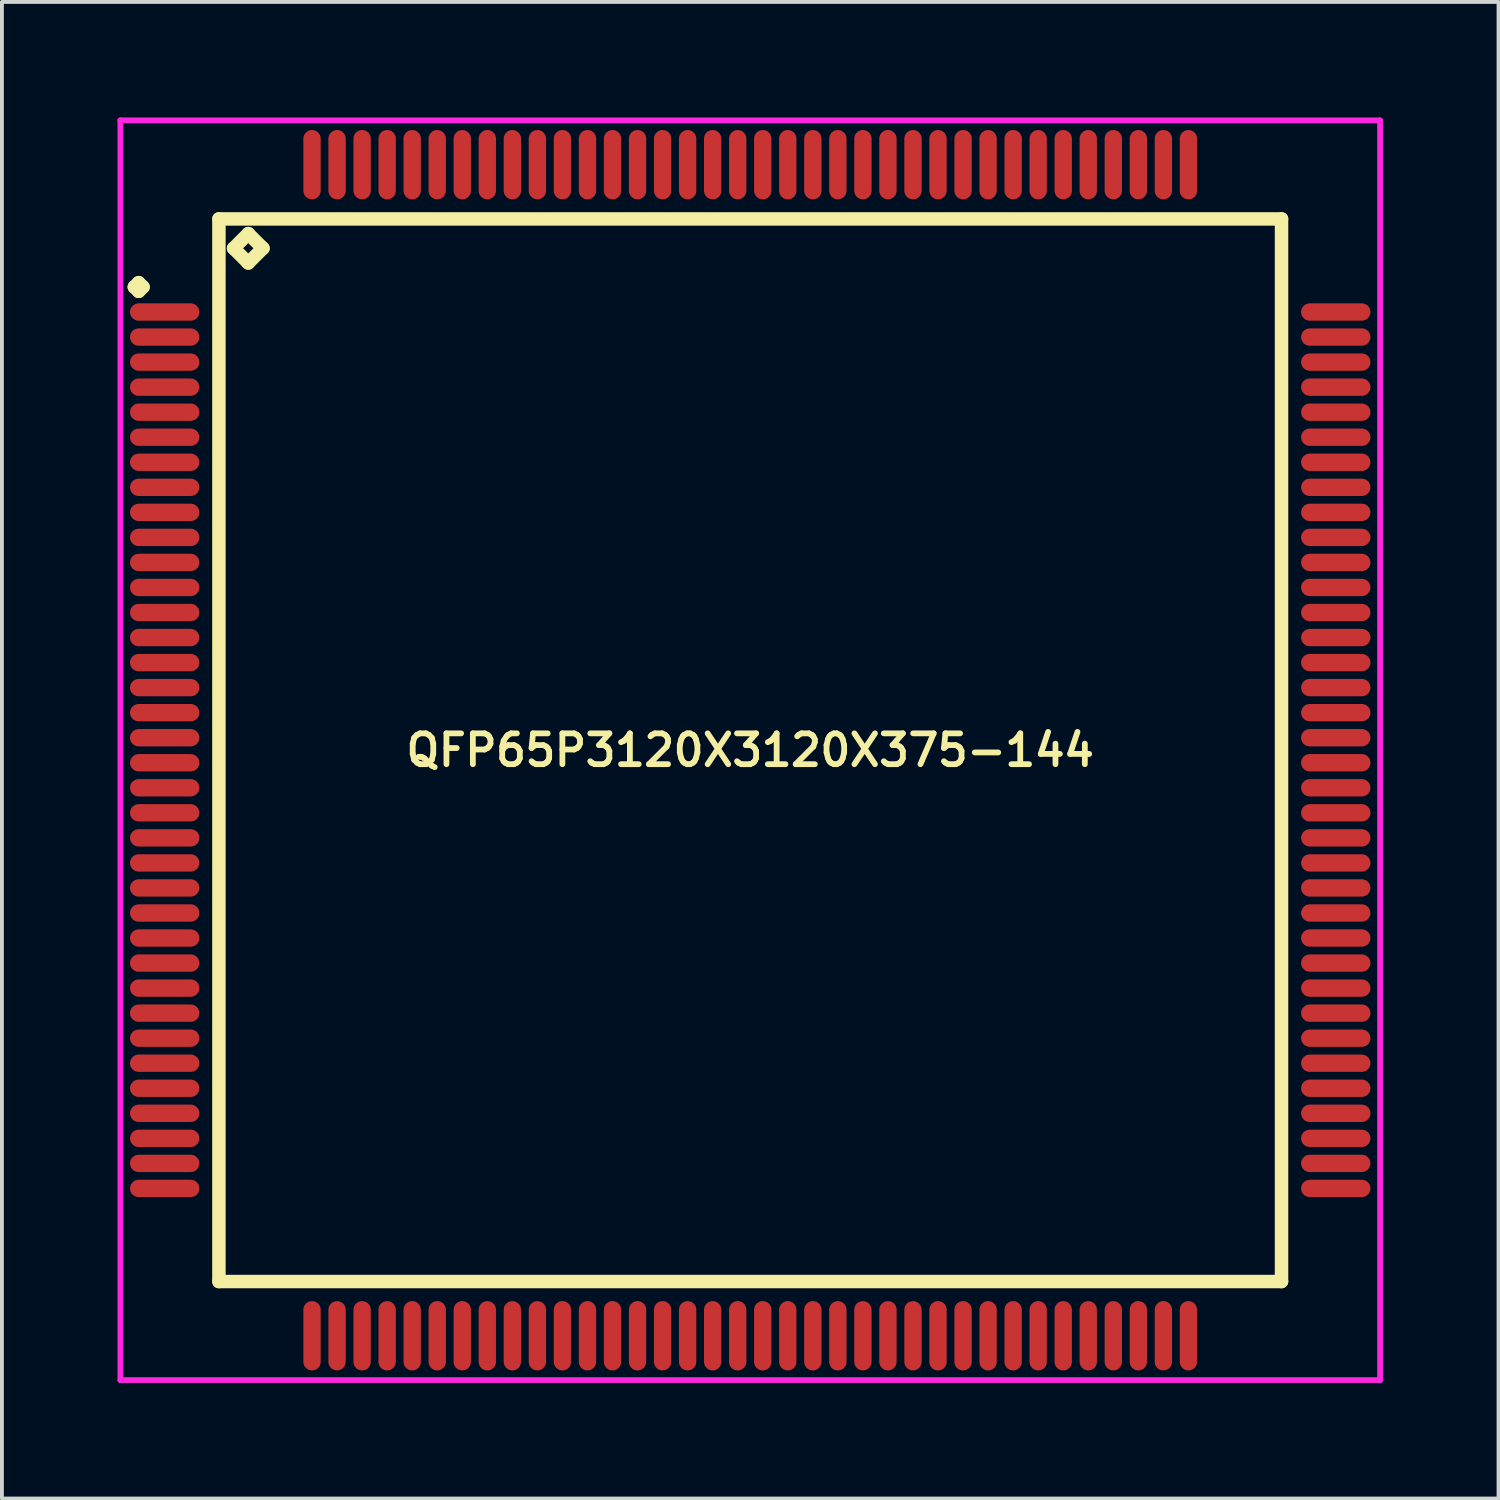
<source format=kicad_pcb>
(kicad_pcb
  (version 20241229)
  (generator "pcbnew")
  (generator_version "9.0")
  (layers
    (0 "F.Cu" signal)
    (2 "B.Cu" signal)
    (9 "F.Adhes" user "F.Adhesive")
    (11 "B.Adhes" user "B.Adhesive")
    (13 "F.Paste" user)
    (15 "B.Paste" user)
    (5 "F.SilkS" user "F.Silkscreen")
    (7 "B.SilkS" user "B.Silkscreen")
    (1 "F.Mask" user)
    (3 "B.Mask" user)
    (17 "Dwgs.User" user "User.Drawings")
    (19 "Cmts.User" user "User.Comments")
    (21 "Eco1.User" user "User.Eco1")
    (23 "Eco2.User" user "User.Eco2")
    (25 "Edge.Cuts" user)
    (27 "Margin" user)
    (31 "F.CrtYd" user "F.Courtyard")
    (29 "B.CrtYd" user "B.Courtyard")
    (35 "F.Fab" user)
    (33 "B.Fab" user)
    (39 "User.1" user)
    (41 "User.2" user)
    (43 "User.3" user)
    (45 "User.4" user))
  (footprint "QFP65P3120X3120X375-144"
    (layer "F.Cu")
    (at 16.425 16.425)
    (property "Reference" "QFP65P3120X3120X375-144" (at 0 0 0) (layer "F.SilkS") (effects (font (size 0.8 0.8) (thickness 0.15))))
    (attr through_hole)
    (fp_line (start -15.988 -12.025) (end -15.875 -12.137) (stroke (width 0.35) (type solid)) (layer "F.SilkS"))
    (fp_line (start -15.875 -12.137) (end -15.762 -12.025) (stroke (width 0.35) (type solid)) (layer "F.SilkS"))
    (fp_line (start -15.875 -11.912) (end -15.988 -12.025) (stroke (width 0.35) (type solid)) (layer "F.SilkS"))
    (fp_line (start -15.762 -12.025) (end -15.875 -11.912) (stroke (width 0.35) (type solid)) (layer "F.SilkS"))
    (fp_line (start -13.792 -13.792) (end -13.792 13.792) (stroke (width 0.35) (type solid)) (layer "F.SilkS"))
    (fp_line (start -13.792 13.792) (end 13.792 13.792) (stroke (width 0.35) (type solid)) (layer "F.SilkS"))
    (fp_line (start -13.411 -13.03) (end -13.03 -13.411) (stroke (width 0.35) (type solid)) (layer "F.SilkS"))
    (fp_line (start -13.03 -13.411) (end -12.649 -13.03) (stroke (width 0.35) (type solid)) (layer "F.SilkS"))
    (fp_line (start -13.03 -12.649) (end -13.411 -13.03) (stroke (width 0.35) (type solid)) (layer "F.SilkS"))
    (fp_line (start -12.649 -13.03) (end -13.03 -12.649) (stroke (width 0.35) (type solid)) (layer "F.SilkS"))
    (fp_line (start 13.792 -13.792) (end -13.792 -13.792) (stroke (width 0.35) (type solid)) (layer "F.SilkS"))
    (fp_line (start 13.792 13.792) (end 13.792 -13.792) (stroke (width 0.35) (type solid)) (layer "F.SilkS"))
    (fp_line (start -16.35 -16.35) (end 16.35 -16.35) (stroke (width 0.15) (type solid)) (layer "F.CrtYd"))
    (fp_line (start -16.35 16.35) (end -16.35 -16.35) (stroke (width 0.15) (type solid)) (layer "F.CrtYd"))
    (fp_line (start 16.35 -16.35) (end 16.35 16.35) (stroke (width 0.15) (type solid)) (layer "F.CrtYd"))
    (fp_line (start 16.35 16.35) (end -16.35 16.35) (stroke (width 0.15) (type solid)) (layer "F.CrtYd"))
    (pad "1" smd oval (at -15.2 -11.375) (size 1.8 0.45) (layers "F.Cu" "F.Mask" "F.Paste"))
    (pad "2" smd oval (at -15.2 -10.725) (size 1.8 0.45) (layers "F.Cu" "F.Mask" "F.Paste"))
    (pad "3" smd oval (at -15.2 -10.075) (size 1.8 0.45) (layers "F.Cu" "F.Mask" "F.Paste"))
    (pad "4" smd oval (at -15.2 -9.425) (size 1.8 0.45) (layers "F.Cu" "F.Mask" "F.Paste"))
    (pad "5" smd oval (at -15.2 -8.775) (size 1.8 0.45) (layers "F.Cu" "F.Mask" "F.Paste"))
    (pad "6" smd oval (at -15.2 -8.125) (size 1.8 0.45) (layers "F.Cu" "F.Mask" "F.Paste"))
    (pad "7" smd oval (at -15.2 -7.475) (size 1.8 0.45) (layers "F.Cu" "F.Mask" "F.Paste"))
    (pad "8" smd oval (at -15.2 -6.825) (size 1.8 0.45) (layers "F.Cu" "F.Mask" "F.Paste"))
    (pad "9" smd oval (at -15.2 -6.175) (size 1.8 0.45) (layers "F.Cu" "F.Mask" "F.Paste"))
    (pad "10" smd oval (at -15.2 -5.525) (size 1.8 0.45) (layers "F.Cu" "F.Mask" "F.Paste"))
    (pad "11" smd oval (at -15.2 -4.875) (size 1.8 0.45) (layers "F.Cu" "F.Mask" "F.Paste"))
    (pad "12" smd oval (at -15.2 -4.225) (size 1.8 0.45) (layers "F.Cu" "F.Mask" "F.Paste"))
    (pad "13" smd oval (at -15.2 -3.575) (size 1.8 0.45) (layers "F.Cu" "F.Mask" "F.Paste"))
    (pad "14" smd oval (at -15.2 -2.925) (size 1.8 0.45) (layers "F.Cu" "F.Mask" "F.Paste"))
    (pad "15" smd oval (at -15.2 -2.275) (size 1.8 0.45) (layers "F.Cu" "F.Mask" "F.Paste"))
    (pad "16" smd oval (at -15.2 -1.625) (size 1.8 0.45) (layers "F.Cu" "F.Mask" "F.Paste"))
    (pad "17" smd oval (at -15.2 -0.975) (size 1.8 0.45) (layers "F.Cu" "F.Mask" "F.Paste"))
    (pad "18" smd oval (at -15.2 -0.325) (size 1.8 0.45) (layers "F.Cu" "F.Mask" "F.Paste"))
    (pad "19" smd oval (at -15.2 0.325) (size 1.8 0.45) (layers "F.Cu" "F.Mask" "F.Paste"))
    (pad "20" smd oval (at -15.2 0.975) (size 1.8 0.45) (layers "F.Cu" "F.Mask" "F.Paste"))
    (pad "21" smd oval (at -15.2 1.625) (size 1.8 0.45) (layers "F.Cu" "F.Mask" "F.Paste"))
    (pad "22" smd oval (at -15.2 2.275) (size 1.8 0.45) (layers "F.Cu" "F.Mask" "F.Paste"))
    (pad "23" smd oval (at -15.2 2.925) (size 1.8 0.45) (layers "F.Cu" "F.Mask" "F.Paste"))
    (pad "24" smd oval (at -15.2 3.575) (size 1.8 0.45) (layers "F.Cu" "F.Mask" "F.Paste"))
    (pad "25" smd oval (at -15.2 4.225) (size 1.8 0.45) (layers "F.Cu" "F.Mask" "F.Paste"))
    (pad "26" smd oval (at -15.2 4.875) (size 1.8 0.45) (layers "F.Cu" "F.Mask" "F.Paste"))
    (pad "27" smd oval (at -15.2 5.525) (size 1.8 0.45) (layers "F.Cu" "F.Mask" "F.Paste"))
    (pad "28" smd oval (at -15.2 6.175) (size 1.8 0.45) (layers "F.Cu" "F.Mask" "F.Paste"))
    (pad "29" smd oval (at -15.2 6.825) (size 1.8 0.45) (layers "F.Cu" "F.Mask" "F.Paste"))
    (pad "30" smd oval (at -15.2 7.475) (size 1.8 0.45) (layers "F.Cu" "F.Mask" "F.Paste"))
    (pad "31" smd oval (at -15.2 8.125) (size 1.8 0.45) (layers "F.Cu" "F.Mask" "F.Paste"))
    (pad "32" smd oval (at -15.2 8.775) (size 1.8 0.45) (layers "F.Cu" "F.Mask" "F.Paste"))
    (pad "33" smd oval (at -15.2 9.425) (size 1.8 0.45) (layers "F.Cu" "F.Mask" "F.Paste"))
    (pad "34" smd oval (at -15.2 10.075) (size 1.8 0.45) (layers "F.Cu" "F.Mask" "F.Paste"))
    (pad "35" smd oval (at -15.2 10.725) (size 1.8 0.45) (layers "F.Cu" "F.Mask" "F.Paste"))
    (pad "36" smd oval (at -15.2 11.375) (size 1.8 0.45) (layers "F.Cu" "F.Mask" "F.Paste"))
    (pad "37" smd oval (at -11.375 15.2) (size 0.45 1.8) (layers "F.Cu" "F.Mask" "F.Paste"))
    (pad "38" smd oval (at -10.725 15.2) (size 0.45 1.8) (layers "F.Cu" "F.Mask" "F.Paste"))
    (pad "39" smd oval (at -10.075 15.2) (size 0.45 1.8) (layers "F.Cu" "F.Mask" "F.Paste"))
    (pad "40" smd oval (at -9.425 15.2) (size 0.45 1.8) (layers "F.Cu" "F.Mask" "F.Paste"))
    (pad "41" smd oval (at -8.775 15.2) (size 0.45 1.8) (layers "F.Cu" "F.Mask" "F.Paste"))
    (pad "42" smd oval (at -8.125 15.2) (size 0.45 1.8) (layers "F.Cu" "F.Mask" "F.Paste"))
    (pad "43" smd oval (at -7.475 15.2) (size 0.45 1.8) (layers "F.Cu" "F.Mask" "F.Paste"))
    (pad "44" smd oval (at -6.825 15.2) (size 0.45 1.8) (layers "F.Cu" "F.Mask" "F.Paste"))
    (pad "45" smd oval (at -6.175 15.2) (size 0.45 1.8) (layers "F.Cu" "F.Mask" "F.Paste"))
    (pad "46" smd oval (at -5.525 15.2) (size 0.45 1.8) (layers "F.Cu" "F.Mask" "F.Paste"))
    (pad "47" smd oval (at -4.875 15.2) (size 0.45 1.8) (layers "F.Cu" "F.Mask" "F.Paste"))
    (pad "48" smd oval (at -4.225 15.2) (size 0.45 1.8) (layers "F.Cu" "F.Mask" "F.Paste"))
    (pad "49" smd oval (at -3.575 15.2) (size 0.45 1.8) (layers "F.Cu" "F.Mask" "F.Paste"))
    (pad "50" smd oval (at -2.925 15.2) (size 0.45 1.8) (layers "F.Cu" "F.Mask" "F.Paste"))
    (pad "51" smd oval (at -2.275 15.2) (size 0.45 1.8) (layers "F.Cu" "F.Mask" "F.Paste"))
    (pad "52" smd oval (at -1.625 15.2) (size 0.45 1.8) (layers "F.Cu" "F.Mask" "F.Paste"))
    (pad "53" smd oval (at -0.975 15.2) (size 0.45 1.8) (layers "F.Cu" "F.Mask" "F.Paste"))
    (pad "54" smd oval (at -0.325 15.2) (size 0.45 1.8) (layers "F.Cu" "F.Mask" "F.Paste"))
    (pad "55" smd oval (at 0.325 15.2) (size 0.45 1.8) (layers "F.Cu" "F.Mask" "F.Paste"))
    (pad "56" smd oval (at 0.975 15.2) (size 0.45 1.8) (layers "F.Cu" "F.Mask" "F.Paste"))
    (pad "57" smd oval (at 1.625 15.2) (size 0.45 1.8) (layers "F.Cu" "F.Mask" "F.Paste"))
    (pad "58" smd oval (at 2.275 15.2) (size 0.45 1.8) (layers "F.Cu" "F.Mask" "F.Paste"))
    (pad "59" smd oval (at 2.925 15.2) (size 0.45 1.8) (layers "F.Cu" "F.Mask" "F.Paste"))
    (pad "60" smd oval (at 3.575 15.2) (size 0.45 1.8) (layers "F.Cu" "F.Mask" "F.Paste"))
    (pad "61" smd oval (at 4.225 15.2) (size 0.45 1.8) (layers "F.Cu" "F.Mask" "F.Paste"))
    (pad "62" smd oval (at 4.875 15.2) (size 0.45 1.8) (layers "F.Cu" "F.Mask" "F.Paste"))
    (pad "63" smd oval (at 5.525 15.2) (size 0.45 1.8) (layers "F.Cu" "F.Mask" "F.Paste"))
    (pad "64" smd oval (at 6.175 15.2) (size 0.45 1.8) (layers "F.Cu" "F.Mask" "F.Paste"))
    (pad "65" smd oval (at 6.825 15.2) (size 0.45 1.8) (layers "F.Cu" "F.Mask" "F.Paste"))
    (pad "66" smd oval (at 7.475 15.2) (size 0.45 1.8) (layers "F.Cu" "F.Mask" "F.Paste"))
    (pad "67" smd oval (at 8.125 15.2) (size 0.45 1.8) (layers "F.Cu" "F.Mask" "F.Paste"))
    (pad "68" smd oval (at 8.775 15.2) (size 0.45 1.8) (layers "F.Cu" "F.Mask" "F.Paste"))
    (pad "69" smd oval (at 9.425 15.2) (size 0.45 1.8) (layers "F.Cu" "F.Mask" "F.Paste"))
    (pad "70" smd oval (at 10.075 15.2) (size 0.45 1.8) (layers "F.Cu" "F.Mask" "F.Paste"))
    (pad "71" smd oval (at 10.725 15.2) (size 0.45 1.8) (layers "F.Cu" "F.Mask" "F.Paste"))
    (pad "72" smd oval (at 11.375 15.2) (size 0.45 1.8) (layers "F.Cu" "F.Mask" "F.Paste"))
    (pad "73" smd oval (at 15.2 11.375) (size 1.8 0.45) (layers "F.Cu" "F.Mask" "F.Paste"))
    (pad "74" smd oval (at 15.2 10.725) (size 1.8 0.45) (layers "F.Cu" "F.Mask" "F.Paste"))
    (pad "75" smd oval (at 15.2 10.075) (size 1.8 0.45) (layers "F.Cu" "F.Mask" "F.Paste"))
    (pad "76" smd oval (at 15.2 9.425) (size 1.8 0.45) (layers "F.Cu" "F.Mask" "F.Paste"))
    (pad "77" smd oval (at 15.2 8.775) (size 1.8 0.45) (layers "F.Cu" "F.Mask" "F.Paste"))
    (pad "78" smd oval (at 15.2 8.125) (size 1.8 0.45) (layers "F.Cu" "F.Mask" "F.Paste"))
    (pad "79" smd oval (at 15.2 7.475) (size 1.8 0.45) (layers "F.Cu" "F.Mask" "F.Paste"))
    (pad "80" smd oval (at 15.2 6.825) (size 1.8 0.45) (layers "F.Cu" "F.Mask" "F.Paste"))
    (pad "81" smd oval (at 15.2 6.175) (size 1.8 0.45) (layers "F.Cu" "F.Mask" "F.Paste"))
    (pad "82" smd oval (at 15.2 5.525) (size 1.8 0.45) (layers "F.Cu" "F.Mask" "F.Paste"))
    (pad "83" smd oval (at 15.2 4.875) (size 1.8 0.45) (layers "F.Cu" "F.Mask" "F.Paste"))
    (pad "84" smd oval (at 15.2 4.225) (size 1.8 0.45) (layers "F.Cu" "F.Mask" "F.Paste"))
    (pad "85" smd oval (at 15.2 3.575) (size 1.8 0.45) (layers "F.Cu" "F.Mask" "F.Paste"))
    (pad "86" smd oval (at 15.2 2.925) (size 1.8 0.45) (layers "F.Cu" "F.Mask" "F.Paste"))
    (pad "87" smd oval (at 15.2 2.275) (size 1.8 0.45) (layers "F.Cu" "F.Mask" "F.Paste"))
    (pad "88" smd oval (at 15.2 1.625) (size 1.8 0.45) (layers "F.Cu" "F.Mask" "F.Paste"))
    (pad "89" smd oval (at 15.2 0.975) (size 1.8 0.45) (layers "F.Cu" "F.Mask" "F.Paste"))
    (pad "90" smd oval (at 15.2 0.325) (size 1.8 0.45) (layers "F.Cu" "F.Mask" "F.Paste"))
    (pad "91" smd oval (at 15.2 -0.325) (size 1.8 0.45) (layers "F.Cu" "F.Mask" "F.Paste"))
    (pad "92" smd oval (at 15.2 -0.975) (size 1.8 0.45) (layers "F.Cu" "F.Mask" "F.Paste"))
    (pad "93" smd oval (at 15.2 -1.625) (size 1.8 0.45) (layers "F.Cu" "F.Mask" "F.Paste"))
    (pad "94" smd oval (at 15.2 -2.275) (size 1.8 0.45) (layers "F.Cu" "F.Mask" "F.Paste"))
    (pad "95" smd oval (at 15.2 -2.925) (size 1.8 0.45) (layers "F.Cu" "F.Mask" "F.Paste"))
    (pad "96" smd oval (at 15.2 -3.575) (size 1.8 0.45) (layers "F.Cu" "F.Mask" "F.Paste"))
    (pad "97" smd oval (at 15.2 -4.225) (size 1.8 0.45) (layers "F.Cu" "F.Mask" "F.Paste"))
    (pad "98" smd oval (at 15.2 -4.875) (size 1.8 0.45) (layers "F.Cu" "F.Mask" "F.Paste"))
    (pad "99" smd oval (at 15.2 -5.525) (size 1.8 0.45) (layers "F.Cu" "F.Mask" "F.Paste"))
    (pad "100" smd oval (at 15.2 -6.175) (size 1.8 0.45) (layers "F.Cu" "F.Mask" "F.Paste"))
    (pad "101" smd oval (at 15.2 -6.825) (size 1.8 0.45) (layers "F.Cu" "F.Mask" "F.Paste"))
    (pad "102" smd oval (at 15.2 -7.475) (size 1.8 0.45) (layers "F.Cu" "F.Mask" "F.Paste"))
    (pad "103" smd oval (at 15.2 -8.125) (size 1.8 0.45) (layers "F.Cu" "F.Mask" "F.Paste"))
    (pad "104" smd oval (at 15.2 -8.775) (size 1.8 0.45) (layers "F.Cu" "F.Mask" "F.Paste"))
    (pad "105" smd oval (at 15.2 -9.425) (size 1.8 0.45) (layers "F.Cu" "F.Mask" "F.Paste"))
    (pad "106" smd oval (at 15.2 -10.075) (size 1.8 0.45) (layers "F.Cu" "F.Mask" "F.Paste"))
    (pad "107" smd oval (at 15.2 -10.725) (size 1.8 0.45) (layers "F.Cu" "F.Mask" "F.Paste"))
    (pad "108" smd oval (at 15.2 -11.375) (size 1.8 0.45) (layers "F.Cu" "F.Mask" "F.Paste"))
    (pad "109" smd oval (at 11.375 -15.2) (size 0.45 1.8) (layers "F.Cu" "F.Mask" "F.Paste"))
    (pad "110" smd oval (at 10.725 -15.2) (size 0.45 1.8) (layers "F.Cu" "F.Mask" "F.Paste"))
    (pad "111" smd oval (at 10.075 -15.2) (size 0.45 1.8) (layers "F.Cu" "F.Mask" "F.Paste"))
    (pad "112" smd oval (at 9.425 -15.2) (size 0.45 1.8) (layers "F.Cu" "F.Mask" "F.Paste"))
    (pad "113" smd oval (at 8.775 -15.2) (size 0.45 1.8) (layers "F.Cu" "F.Mask" "F.Paste"))
    (pad "114" smd oval (at 8.125 -15.2) (size 0.45 1.8) (layers "F.Cu" "F.Mask" "F.Paste"))
    (pad "115" smd oval (at 7.475 -15.2) (size 0.45 1.8) (layers "F.Cu" "F.Mask" "F.Paste"))
    (pad "116" smd oval (at 6.825 -15.2) (size 0.45 1.8) (layers "F.Cu" "F.Mask" "F.Paste"))
    (pad "117" smd oval (at 6.175 -15.2) (size 0.45 1.8) (layers "F.Cu" "F.Mask" "F.Paste"))
    (pad "118" smd oval (at 5.525 -15.2) (size 0.45 1.8) (layers "F.Cu" "F.Mask" "F.Paste"))
    (pad "119" smd oval (at 4.875 -15.2) (size 0.45 1.8) (layers "F.Cu" "F.Mask" "F.Paste"))
    (pad "120" smd oval (at 4.225 -15.2) (size 0.45 1.8) (layers "F.Cu" "F.Mask" "F.Paste"))
    (pad "121" smd oval (at 3.575 -15.2) (size 0.45 1.8) (layers "F.Cu" "F.Mask" "F.Paste"))
    (pad "122" smd oval (at 2.925 -15.2) (size 0.45 1.8) (layers "F.Cu" "F.Mask" "F.Paste"))
    (pad "123" smd oval (at 2.275 -15.2) (size 0.45 1.8) (layers "F.Cu" "F.Mask" "F.Paste"))
    (pad "124" smd oval (at 1.625 -15.2) (size 0.45 1.8) (layers "F.Cu" "F.Mask" "F.Paste"))
    (pad "125" smd oval (at 0.975 -15.2) (size 0.45 1.8) (layers "F.Cu" "F.Mask" "F.Paste"))
    (pad "126" smd oval (at 0.325 -15.2) (size 0.45 1.8) (layers "F.Cu" "F.Mask" "F.Paste"))
    (pad "127" smd oval (at -0.325 -15.2) (size 0.45 1.8) (layers "F.Cu" "F.Mask" "F.Paste"))
    (pad "128" smd oval (at -0.975 -15.2) (size 0.45 1.8) (layers "F.Cu" "F.Mask" "F.Paste"))
    (pad "129" smd oval (at -1.625 -15.2) (size 0.45 1.8) (layers "F.Cu" "F.Mask" "F.Paste"))
    (pad "130" smd oval (at -2.275 -15.2) (size 0.45 1.8) (layers "F.Cu" "F.Mask" "F.Paste"))
    (pad "131" smd oval (at -2.925 -15.2) (size 0.45 1.8) (layers "F.Cu" "F.Mask" "F.Paste"))
    (pad "132" smd oval (at -3.575 -15.2) (size 0.45 1.8) (layers "F.Cu" "F.Mask" "F.Paste"))
    (pad "133" smd oval (at -4.225 -15.2) (size 0.45 1.8) (layers "F.Cu" "F.Mask" "F.Paste"))
    (pad "134" smd oval (at -4.875 -15.2) (size 0.45 1.8) (layers "F.Cu" "F.Mask" "F.Paste"))
    (pad "135" smd oval (at -5.525 -15.2) (size 0.45 1.8) (layers "F.Cu" "F.Mask" "F.Paste"))
    (pad "136" smd oval (at -6.175 -15.2) (size 0.45 1.8) (layers "F.Cu" "F.Mask" "F.Paste"))
    (pad "137" smd oval (at -6.825 -15.2) (size 0.45 1.8) (layers "F.Cu" "F.Mask" "F.Paste"))
    (pad "138" smd oval (at -7.475 -15.2) (size 0.45 1.8) (layers "F.Cu" "F.Mask" "F.Paste"))
    (pad "139" smd oval (at -8.125 -15.2) (size 0.45 1.8) (layers "F.Cu" "F.Mask" "F.Paste"))
    (pad "140" smd oval (at -8.775 -15.2) (size 0.45 1.8) (layers "F.Cu" "F.Mask" "F.Paste"))
    (pad "141" smd oval (at -9.425 -15.2) (size 0.45 1.8) (layers "F.Cu" "F.Mask" "F.Paste"))
    (pad "142" smd oval (at -10.075 -15.2) (size 0.45 1.8) (layers "F.Cu" "F.Mask" "F.Paste"))
    (pad "143" smd oval (at -10.725 -15.2) (size 0.45 1.8) (layers "F.Cu" "F.Mask" "F.Paste"))
    (pad "144" smd oval (at -11.375 -15.2) (size 0.45 1.8) (layers "F.Cu" "F.Mask" "F.Paste")))
  (gr_rect
    (start -3 -3)
    (end 35.85 35.85)
    (stroke (width 0.1) (type default))
    (fill no)
    (layer "Edge.Cuts")))
</source>
